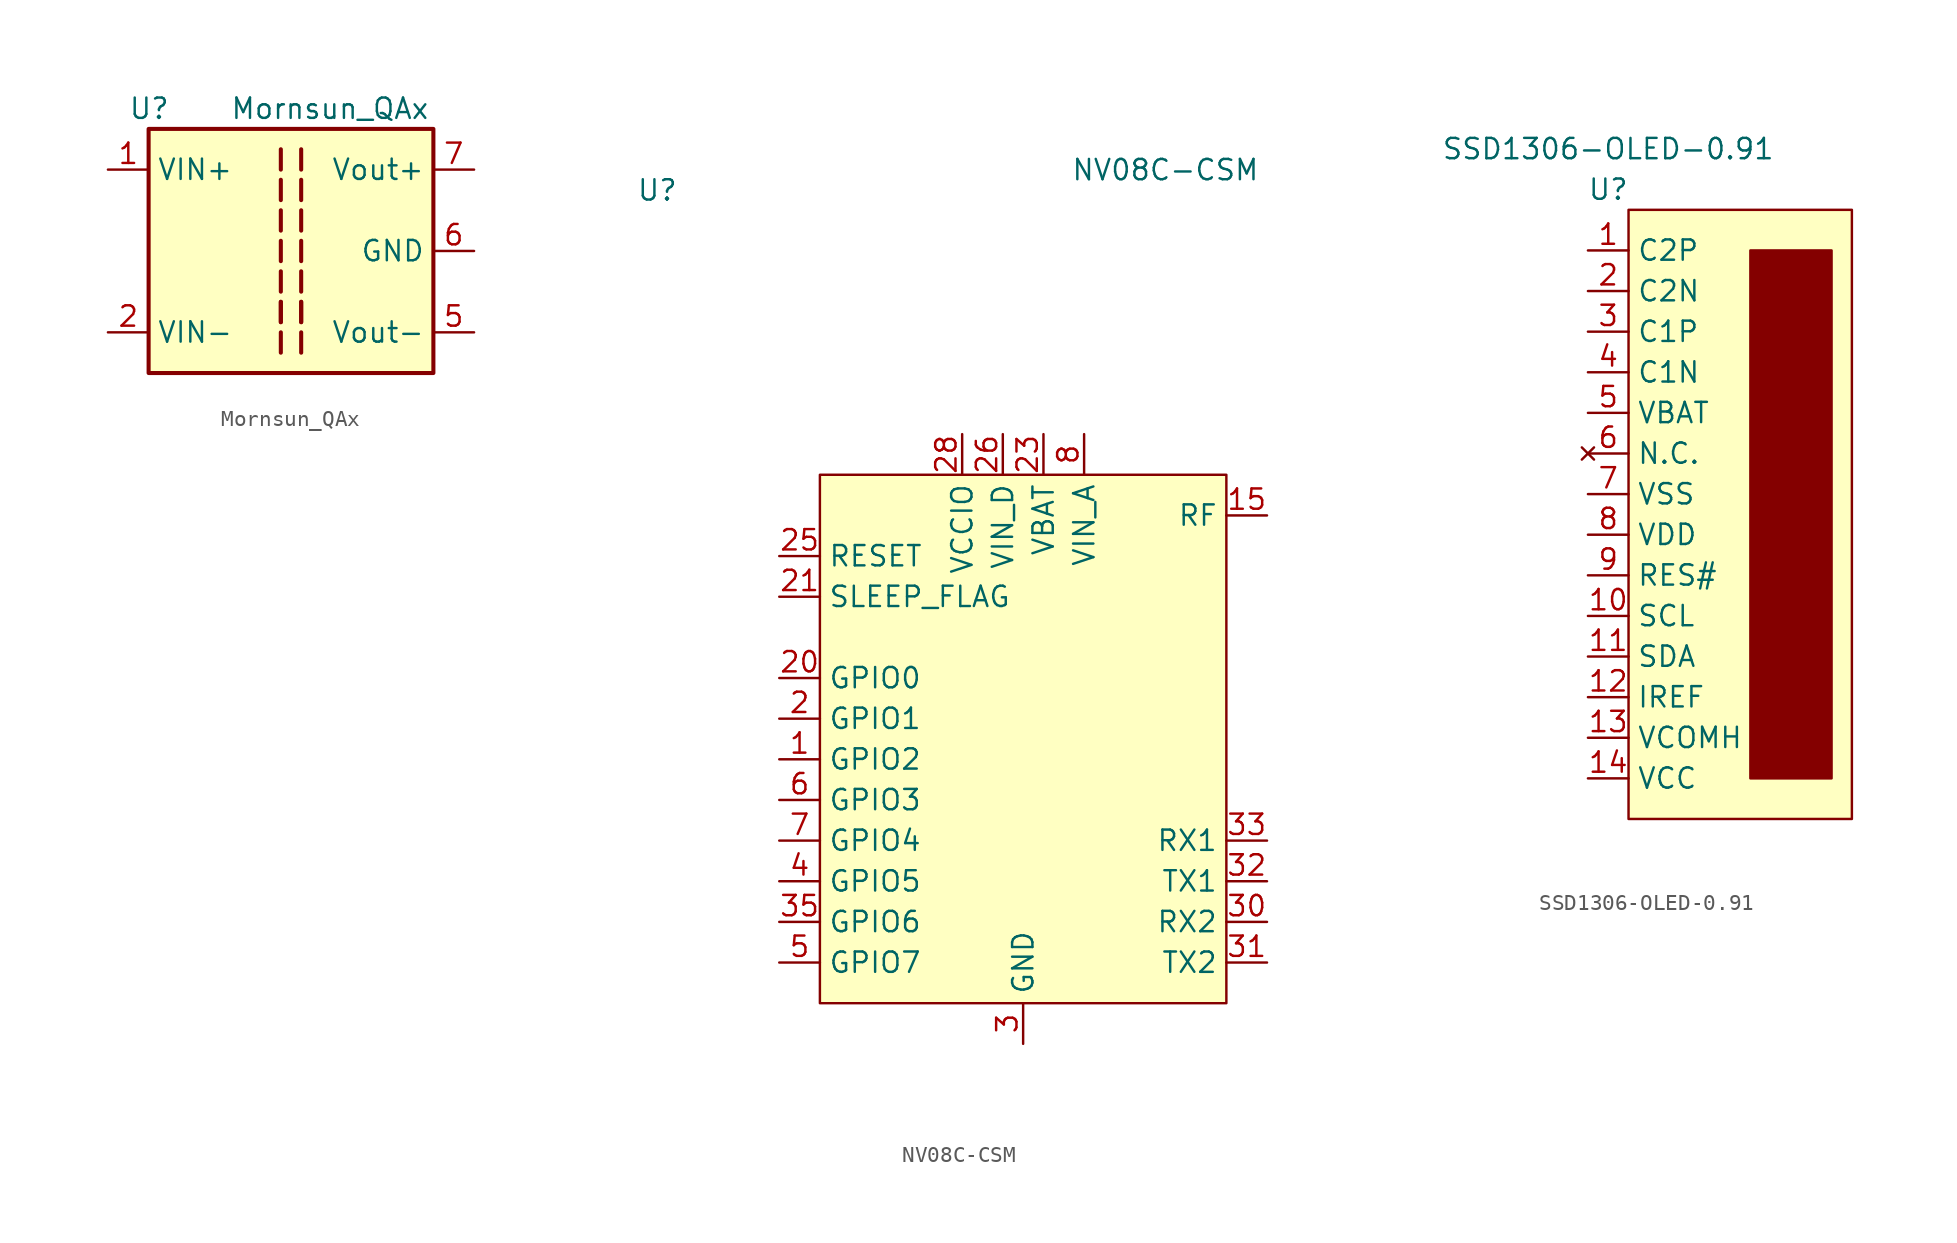
<source format=kicad_sym>
(kicad_symbol_lib
  (version 20211014)
  (generator kicad_symbol_editor)
  (symbol "Mornsun_QAx"
    (property "Reference" "U"
      (at -10.16 8.89 0)
      (effects (font (size 1.27 1.27)) (justify left)))
    (property "Value" "Mornsun_QAx"
      (at -3.81 8.89 0)
      (effects (font (size 1.27 1.27)) (justify left)))
    (symbol "Mornsun_QAx_0_1"
      (rectangle (start -8.89 7.62) (end 8.89 -7.62) (stroke (width 0.254) (type default) (color 0 0 0 0)) (fill (type background))))
    (symbol "Mornsun_QAx_1_1"
      (polyline (pts (xy -0.635 -6.35) (xy -0.635 -5.08)) (stroke (width 0.254) (type default) (color 0 0 0 0)) (fill (type none)))
      (polyline (pts (xy -0.635 -4.445) (xy -0.635 -3.175)) (stroke (width 0.254) (type default) (color 0 0 0 0)) (fill (type none)))
      (polyline (pts (xy -0.635 -3.175) (xy -0.635 -4.445)) (stroke (width 0.254) (type default) (color 0 0 0 0)) (fill (type none)))
      (polyline (pts (xy -0.635 -1.27) (xy -0.635 -2.54)) (stroke (width 0.254) (type default) (color 0 0 0 0)) (fill (type none)))
      (polyline (pts (xy -0.635 0.635) (xy -0.635 -0.635)) (stroke (width 0.254) (type default) (color 0 0 0 0)) (fill (type none)))
      (polyline (pts (xy -0.635 1.27) (xy -0.635 2.54)) (stroke (width 0.254) (type default) (color 0 0 0 0)) (fill (type none)))
      (polyline (pts (xy -0.635 3.175) (xy -0.635 4.445)) (stroke (width 0.254) (type default) (color 0 0 0 0)) (fill (type none)))
      (polyline (pts (xy -0.635 6.35) (xy -0.635 5.08)) (stroke (width 0.254) (type default) (color 0 0 0 0)) (fill (type none)))
      (polyline (pts (xy 0.635 -6.35) (xy 0.635 -5.08)) (stroke (width 0.254) (type default) (color 0 0 0 0)) (fill (type none)))
      (polyline (pts (xy 0.635 -4.445) (xy 0.635 -3.175)) (stroke (width 0.254) (type default) (color 0 0 0 0)) (fill (type none)))
      (polyline (pts (xy 0.635 -3.175) (xy 0.635 -4.445)) (stroke (width 0.254) (type default) (color 0 0 0 0)) (fill (type none)))
      (polyline (pts (xy 0.635 -1.27) (xy 0.635 -2.54)) (stroke (width 0.254) (type default) (color 0 0 0 0)) (fill (type none)))
      (polyline (pts (xy 0.635 0.635) (xy 0.635 -0.635)) (stroke (width 0.254) (type default) (color 0 0 0 0)) (fill (type none)))
      (polyline (pts (xy 0.635 1.27) (xy 0.635 2.54)) (stroke (width 0.254) (type default) (color 0 0 0 0)) (fill (type none)))
      (polyline (pts (xy 0.635 3.175) (xy 0.635 4.445)) (stroke (width 0.254) (type default) (color 0 0 0 0)) (fill (type none)))
      (polyline (pts (xy 0.635 6.35) (xy 0.635 5.08)) (stroke (width 0.254) (type default) (color 0 0 0 0)) (fill (type none)))
      (pin power_in line (at -11.43 5.08 0) (length 2.54) (name "VIN+" (effects (font (size 1.27 1.27)))) (number "1" (effects (font (size 1.27 1.27)))))
      (pin power_in line (at -11.43 -5.08 0) (length 2.54) (name "VIN-" (effects (font (size 1.27 1.27)))) (number "2" (effects (font (size 1.27 1.27)))))
      (pin power_out line (at 11.43 -5.08 180) (length 2.54) (name "Vout-" (effects (font (size 1.27 1.27)))) (number "5" (effects (font (size 1.27 1.27)))))
      (pin power_out line (at 11.43 0 180) (length 2.54) (name "GND" (effects (font (size 1.27 1.27)))) (number "6" (effects (font (size 1.27 1.27)))))
      (pin power_out line (at 11.43 5.08 180) (length 2.54) (name "Vout+" (effects (font (size 1.27 1.27)))) (number "7" (effects (font (size 1.27 1.27)))))))
  (symbol "NV08C-CSM"
    (property "Reference" "U"
      (at -22.86 33.02 0)
      (effects (font (size 1.27 1.27))))
    (property "Value" "NV08C-CSM"
      (at 8.89 34.29 0)
      (effects (font (size 1.27 1.27))))
    (symbol "NV08C-CSM_0_0"
      (pin bidirectional line (at -15.24 -2.54 0) (length 2.54) (name "GPIO2" (effects (font (size 1.27 1.27)))) (number "1" (effects (font (size 1.27 1.27)))))
      (pin power_in line (at 0 -20.32 90) (length 2.54) hide (name "GND" (effects (font (size 1.27 1.27)))) (number "10" (effects (font (size 1.27 1.27)))))
      (pin power_in line (at 0 -20.32 90) (length 2.54) hide (name "GND" (effects (font (size 1.27 1.27)))) (number "11" (effects (font (size 1.27 1.27)))))
      (pin power_in line (at 0 -20.32 90) (length 2.54) hide (name "GND" (effects (font (size 1.27 1.27)))) (number "12" (effects (font (size 1.27 1.27)))))
      (pin power_in line (at 0 -20.32 90) (length 2.54) hide (name "GND" (effects (font (size 1.27 1.27)))) (number "13" (effects (font (size 1.27 1.27)))))
      (pin power_in line (at 0 -20.32 90) (length 2.54) hide (name "GND" (effects (font (size 1.27 1.27)))) (number "14" (effects (font (size 1.27 1.27)))))
      (pin passive line (at 15.24 12.7 180) (length 2.54) (name "RF" (effects (font (size 1.27 1.27)))) (number "15" (effects (font (size 1.27 1.27)))))
      (pin power_in line (at 0 -20.32 90) (length 2.54) hide (name "GND" (effects (font (size 1.27 1.27)))) (number "16" (effects (font (size 1.27 1.27)))))
      (pin power_in line (at 0 -20.32 90) (length 2.54) hide (name "GND" (effects (font (size 1.27 1.27)))) (number "17" (effects (font (size 1.27 1.27)))))
      (pin power_in line (at 0 -20.32 90) (length 2.54) hide (name "GND" (effects (font (size 1.27 1.27)))) (number "18" (effects (font (size 1.27 1.27)))))
      (pin power_in line (at 0 -20.32 90) (length 2.54) hide (name "GND" (effects (font (size 1.27 1.27)))) (number "19" (effects (font (size 1.27 1.27)))))
      (pin bidirectional line (at -15.24 0 0) (length 2.54) (name "GPIO1" (effects (font (size 1.27 1.27)))) (number "2" (effects (font (size 1.27 1.27)))))
      (pin output line (at -15.24 2.54 0) (length 2.54) (name "GPIO0" (effects (font (size 1.27 1.27)))) (number "20" (effects (font (size 1.27 1.27)))))
      (pin output line (at -15.24 7.62 0) (length 2.54) (name "SLEEP_FLAG" (effects (font (size 1.27 1.27)))) (number "21" (effects (font (size 1.27 1.27)))))
      (pin power_in line (at 0 -20.32 90) (length 2.54) hide (name "GND" (effects (font (size 1.27 1.27)))) (number "22" (effects (font (size 1.27 1.27)))))
      (pin power_in line (at 1.27 17.78 270) (length 2.54) (name "VBAT" (effects (font (size 1.27 1.27)))) (number "23" (effects (font (size 1.27 1.27)))))
      (pin power_in line (at 0 -20.32 90) (length 2.54) hide (name "GND" (effects (font (size 1.27 1.27)))) (number "24" (effects (font (size 1.27 1.27)))))
      (pin passive line (at -15.24 10.16 0) (length 2.54) (name "RESET" (effects (font (size 1.27 1.27)))) (number "25" (effects (font (size 1.27 1.27)))))
      (pin power_in line (at -1.27 17.78 270) (length 2.54) (name "VIN_D" (effects (font (size 1.27 1.27)))) (number "26" (effects (font (size 1.27 1.27)))))
      (pin power_in line (at 0 -20.32 90) (length 2.54) hide (name "GND" (effects (font (size 1.27 1.27)))) (number "27" (effects (font (size 1.27 1.27)))))
      (pin power_in line (at -3.81 17.78 270) (length 2.54) (name "VCCIO" (effects (font (size 1.27 1.27)))) (number "28" (effects (font (size 1.27 1.27)))))
      (pin power_in line (at 0 -20.32 90) (length 2.54) hide (name "GND" (effects (font (size 1.27 1.27)))) (number "29" (effects (font (size 1.27 1.27)))))
      (pin power_in line (at 0 -20.32 90) (length 2.54) (name "GND" (effects (font (size 1.27 1.27)))) (number "3" (effects (font (size 1.27 1.27)))))
      (pin input line (at 15.24 -12.7 180) (length 2.54) (name "RX2" (effects (font (size 1.27 1.27)))) (number "30" (effects (font (size 1.27 1.27)))))
      (pin output line (at 15.24 -15.24 180) (length 2.54) (name "TX2" (effects (font (size 1.27 1.27)))) (number "31" (effects (font (size 1.27 1.27)))))
      (pin output line (at 15.24 -10.16 180) (length 2.54) (name "TX1" (effects (font (size 1.27 1.27)))) (number "32" (effects (font (size 1.27 1.27)))))
      (pin input line (at 15.24 -7.62 180) (length 2.54) (name "RX1" (effects (font (size 1.27 1.27)))) (number "33" (effects (font (size 1.27 1.27)))))
      (pin power_in line (at 0 -20.32 90) (length 2.54) hide (name "GND" (effects (font (size 1.27 1.27)))) (number "34" (effects (font (size 1.27 1.27)))))
      (pin bidirectional line (at -15.24 -12.7 0) (length 2.54) (name "GPIO6" (effects (font (size 1.27 1.27)))) (number "35" (effects (font (size 1.27 1.27)))))
      (pin bidirectional line (at -15.24 -10.16 0) (length 2.54) (name "GPIO5" (effects (font (size 1.27 1.27)))) (number "4" (effects (font (size 1.27 1.27)))))
      (pin bidirectional line (at -15.24 -15.24 0) (length 2.54) (name "GPIO7" (effects (font (size 1.27 1.27)))) (number "5" (effects (font (size 1.27 1.27)))))
      (pin bidirectional line (at -15.24 -5.08 0) (length 2.54) (name "GPIO3" (effects (font (size 1.27 1.27)))) (number "6" (effects (font (size 1.27 1.27)))))
      (pin bidirectional line (at -15.24 -7.62 0) (length 2.54) (name "GPIO4" (effects (font (size 1.27 1.27)))) (number "7" (effects (font (size 1.27 1.27)))))
      (pin power_in line (at 3.81 17.78 270) (length 2.54) (name "VIN_A" (effects (font (size 1.27 1.27)))) (number "8" (effects (font (size 1.27 1.27)))))
      (pin power_in line (at 0 -20.32 90) (length 2.54) hide (name "GND" (effects (font (size 1.27 1.27)))) (number "9" (effects (font (size 1.27 1.27))))))
    (symbol "NV08C-CSM_0_1"
      (rectangle (start -12.7 15.24) (end 12.7 -17.78) (stroke (width 0) (type default) (color 0 0 0 0)) (fill (type background)))))
  (symbol "SSD1306-OLED-0.91"
    (property "Reference" "U"
      (at -1.27 3.81 0)
      (effects (font (size 1.27 1.27))))
    (property "Value" "SSD1306-OLED-0.91"
      (at -1.27 6.35 0)
      (effects (font (size 1.27 1.27))))
    (symbol "SSD1306-OLED-0.91_0_0"
      (pin passive line (at -2.54 0 0) (length 2.54) (name "C2P" (effects (font (size 1.27 1.27)))) (number "1" (effects (font (size 1.27 1.27)))))
      (pin input line (at -2.54 -22.86 0) (length 2.54) (name "SCL" (effects (font (size 1.27 1.27)))) (number "10" (effects (font (size 1.27 1.27)))))
      (pin bidirectional line (at -2.54 -25.4 0) (length 2.54) (name "SDA" (effects (font (size 1.27 1.27)))) (number "11" (effects (font (size 1.27 1.27)))))
      (pin input line (at -2.54 -27.94 0) (length 2.54) (name "IREF" (effects (font (size 1.27 1.27)))) (number "12" (effects (font (size 1.27 1.27)))))
      (pin input line (at -2.54 -30.48 0) (length 2.54) (name "VCOMH" (effects (font (size 1.27 1.27)))) (number "13" (effects (font (size 1.27 1.27)))))
      (pin power_in line (at -2.54 -33.02 0) (length 2.54) (name "VCC" (effects (font (size 1.27 1.27)))) (number "14" (effects (font (size 1.27 1.27)))))
      (pin passive line (at -2.54 -2.54 0) (length 2.54) (name "C2N" (effects (font (size 1.27 1.27)))) (number "2" (effects (font (size 1.27 1.27)))))
      (pin passive line (at -2.54 -5.08 0) (length 2.54) (name "C1P" (effects (font (size 1.27 1.27)))) (number "3" (effects (font (size 1.27 1.27)))))
      (pin passive line (at -2.54 -7.62 0) (length 2.54) (name "C1N" (effects (font (size 1.27 1.27)))) (number "4" (effects (font (size 1.27 1.27)))))
      (pin power_in line (at -2.54 -10.16 0) (length 2.54) (name "VBAT" (effects (font (size 1.27 1.27)))) (number "5" (effects (font (size 1.27 1.27)))))
      (pin no_connect line (at -2.54 -12.7 0) (length 2.54) (name "N.C." (effects (font (size 1.27 1.27)))) (number "6" (effects (font (size 1.27 1.27)))))
      (pin power_in line (at -2.54 -15.24 0) (length 2.54) (name "VSS" (effects (font (size 1.27 1.27)))) (number "7" (effects (font (size 1.27 1.27)))))
      (pin power_in line (at -2.54 -17.78 0) (length 2.54) (name "VDD" (effects (font (size 1.27 1.27)))) (number "8" (effects (font (size 1.27 1.27)))))
      (pin input line (at -2.54 -20.32 0) (length 2.54) (name "RES#" (effects (font (size 1.27 1.27)))) (number "9" (effects (font (size 1.27 1.27))))))
    (symbol "SSD1306-OLED-0.91_0_1"
      (rectangle (start 0 2.54) (end 13.97 -35.56) (stroke (width 0) (type default) (color 0 0 0 0)) (fill (type background)))
      (rectangle (start 7.62 0) (end 12.7 -33.02) (stroke (width 0) (type default) (color 0 0 0 0)) (fill (type outline))))))
</source>
